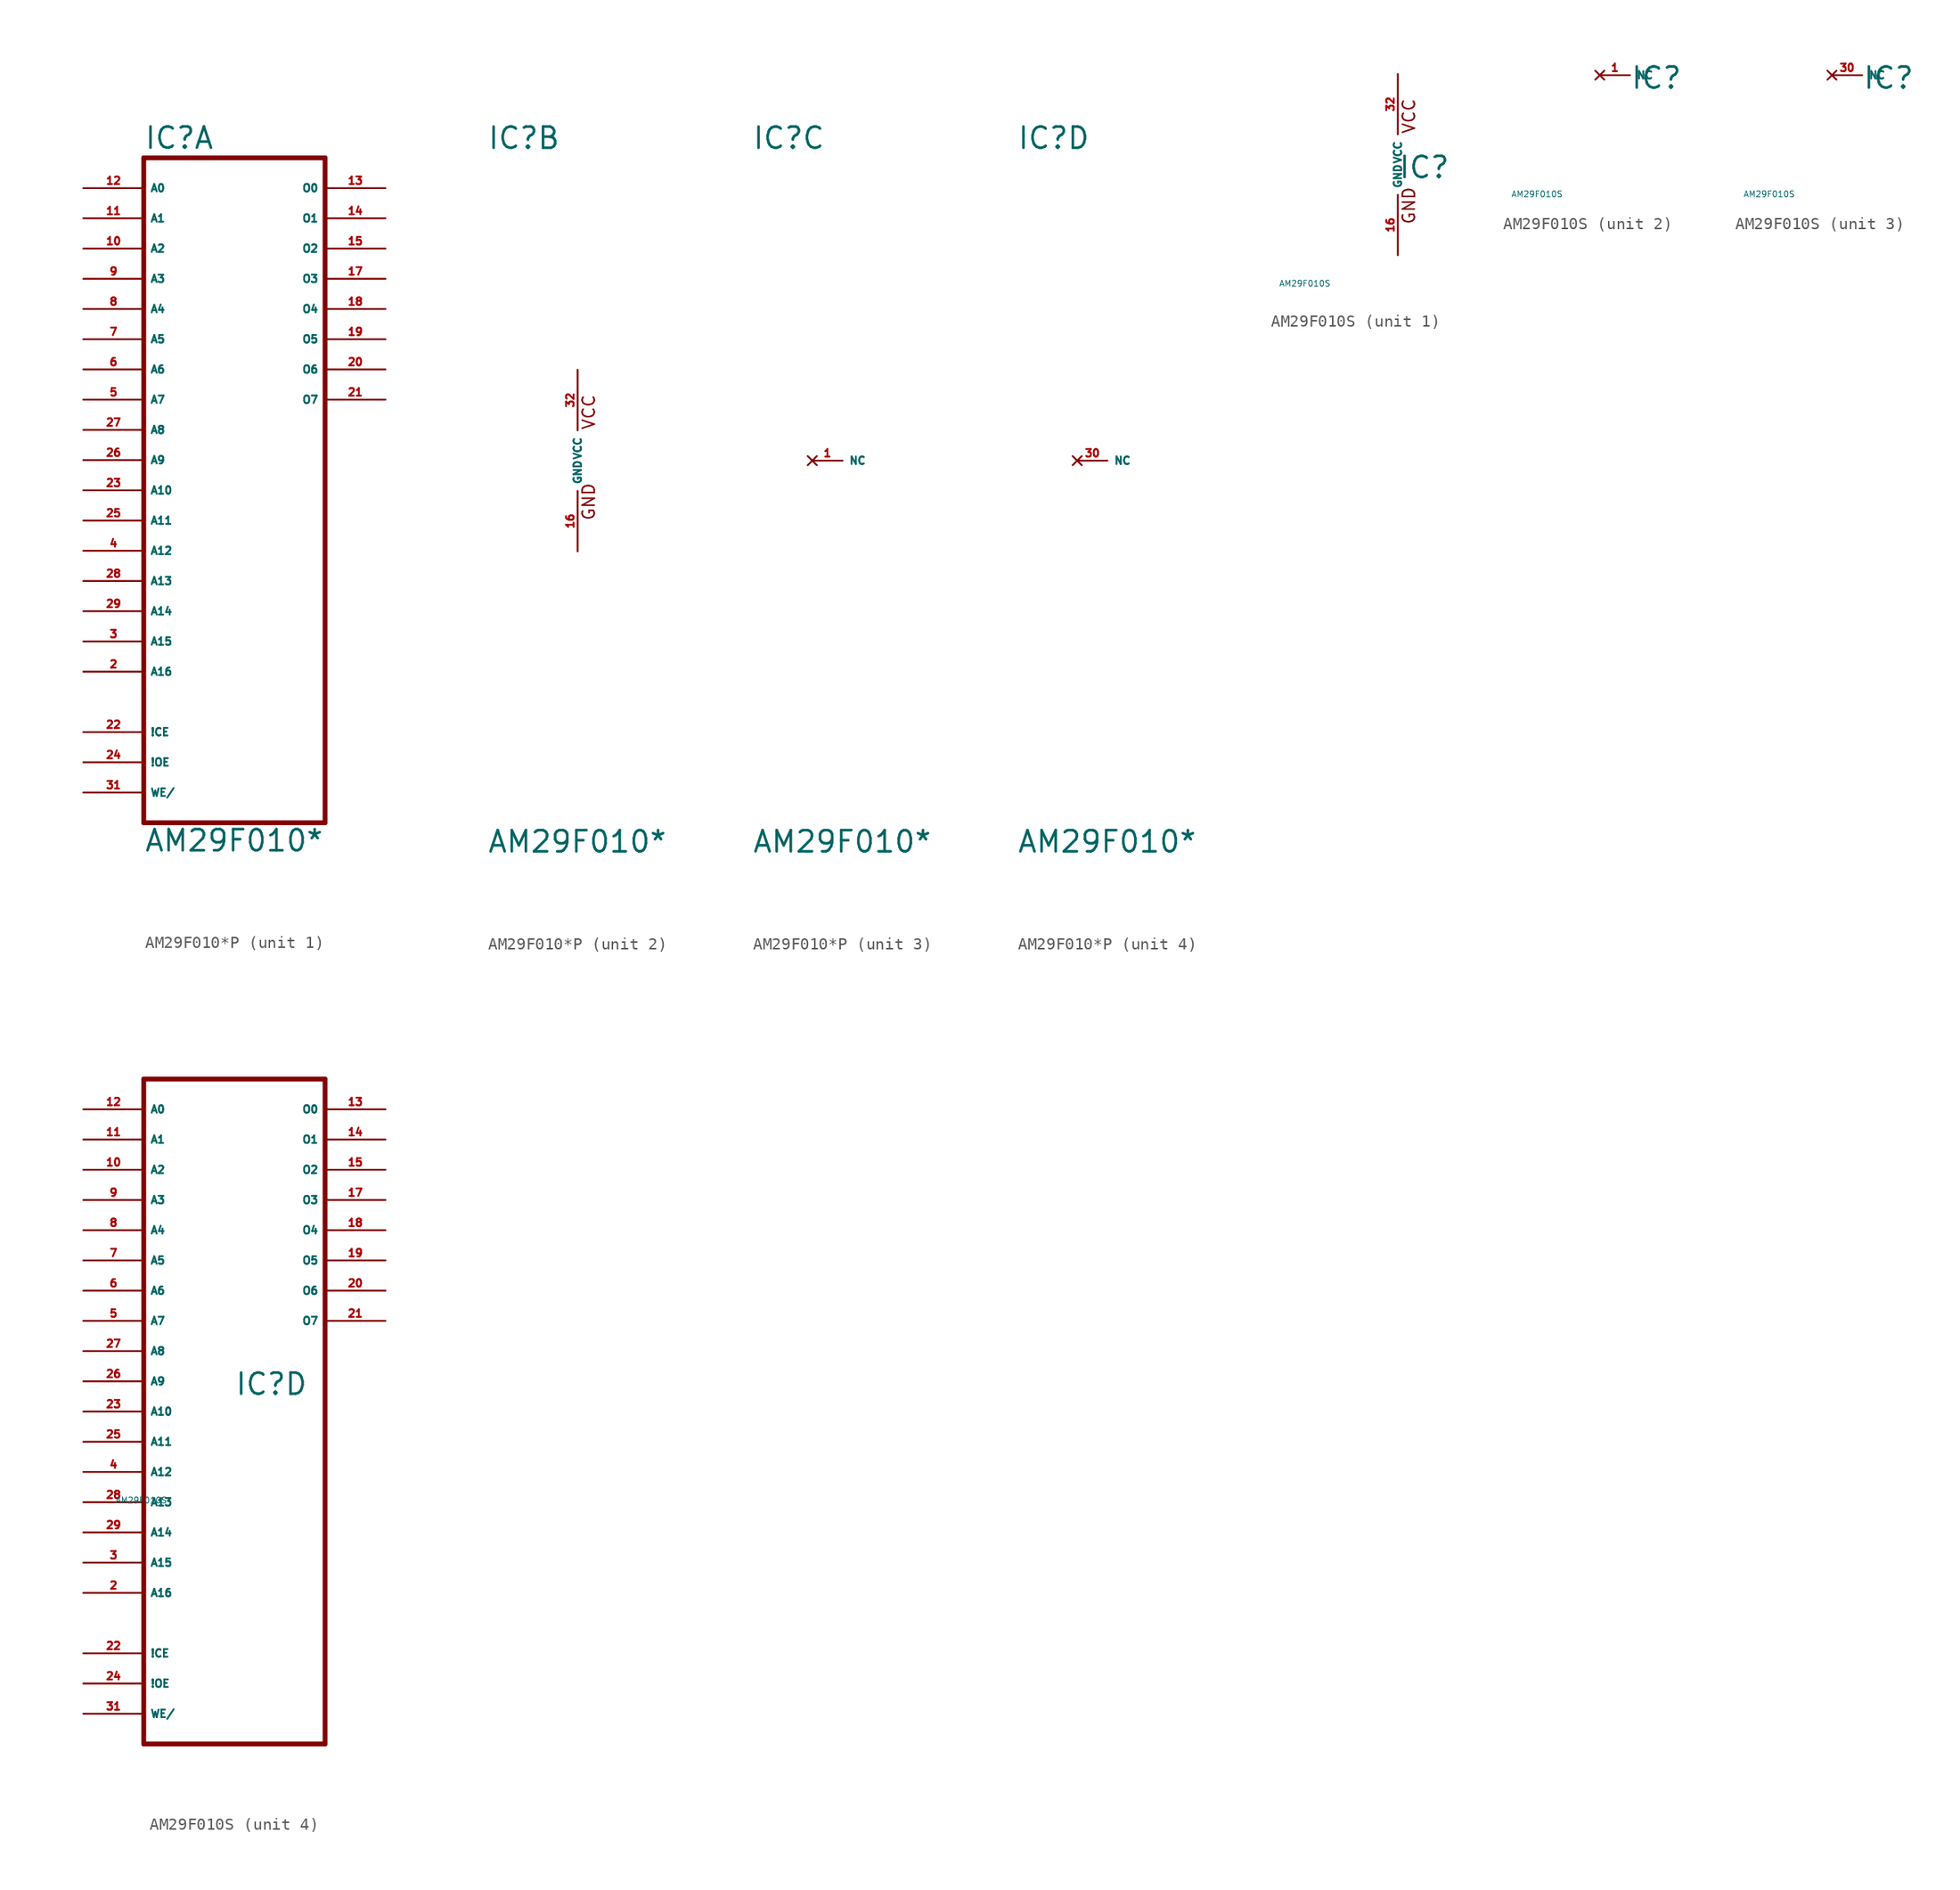
<source format=kicad_sym>
(kicad_symbol_lib
  (version 20220914)
  (generator Eagle2Kicad)
  (symbol "AM29F010*P"
    (property "Reference" "IC"
      (at -7.62 26.035 0)
      (effects (font (size 1.778 1.778) (thickness 0.22)) (justify left bottom)))
    (property "Value" "AM29F010*"
      (at -7.62 -33.02 0)
      (effects (font (size 1.778 1.778) (thickness 0.22)) (justify left bottom)))
    (symbol "AM29F010*P_1_0"
      (polyline (pts (xy -7.62 -30.48) (xy 7.62 -30.48)) (stroke (width 0.406) (type default)) (fill (type none)))
      (polyline (pts (xy 7.62 -30.48) (xy 7.62 25.4)) (stroke (width 0.406) (type default)) (fill (type none)))
      (polyline (pts (xy 7.62 25.4) (xy -7.62 25.4)) (stroke (width 0.406) (type default)) (fill (type none)))
      (polyline (pts (xy -7.62 25.4) (xy -7.62 -30.48)) (stroke (width 0.406) (type default)) (fill (type none)))
      (pin input line (at -12.7 -27.94 0) (length 5.08) (name "WE/" (effects (font (size 0.635 0.635) (thickness 0.08)) (justify left bottom))) (number "31" (effects (font (size 0.635 0.635) (thickness 0.08)) (justify left bottom))))
      (pin input line (at -12.7 -7.62 0) (length 5.08) (name "A12" (effects (font (size 0.635 0.635) (thickness 0.08)) (justify left bottom))) (number "4" (effects (font (size 0.635 0.635) (thickness 0.08)) (justify left bottom))))
      (pin input line (at -12.7 5.08 0) (length 5.08) (name "A7" (effects (font (size 0.635 0.635) (thickness 0.08)) (justify left bottom))) (number "5" (effects (font (size 0.635 0.635) (thickness 0.08)) (justify left bottom))))
      (pin input line (at -12.7 7.62 0) (length 5.08) (name "A6" (effects (font (size 0.635 0.635) (thickness 0.08)) (justify left bottom))) (number "6" (effects (font (size 0.635 0.635) (thickness 0.08)) (justify left bottom))))
      (pin input line (at -12.7 10.16 0) (length 5.08) (name "A5" (effects (font (size 0.635 0.635) (thickness 0.08)) (justify left bottom))) (number "7" (effects (font (size 0.635 0.635) (thickness 0.08)) (justify left bottom))))
      (pin input line (at -12.7 12.7 0) (length 5.08) (name "A4" (effects (font (size 0.635 0.635) (thickness 0.08)) (justify left bottom))) (number "8" (effects (font (size 0.635 0.635) (thickness 0.08)) (justify left bottom))))
      (pin input line (at -12.7 15.24 0) (length 5.08) (name "A3" (effects (font (size 0.635 0.635) (thickness 0.08)) (justify left bottom))) (number "9" (effects (font (size 0.635 0.635) (thickness 0.08)) (justify left bottom))))
      (pin input line (at -12.7 17.78 0) (length 5.08) (name "A2" (effects (font (size 0.635 0.635) (thickness 0.08)) (justify left bottom))) (number "10" (effects (font (size 0.635 0.635) (thickness 0.08)) (justify left bottom))))
      (pin input line (at -12.7 20.32 0) (length 5.08) (name "A1" (effects (font (size 0.635 0.635) (thickness 0.08)) (justify left bottom))) (number "11" (effects (font (size 0.635 0.635) (thickness 0.08)) (justify left bottom))))
      (pin input line (at -12.7 22.86 0) (length 5.08) (name "A0" (effects (font (size 0.635 0.635) (thickness 0.08)) (justify left bottom))) (number "12" (effects (font (size 0.635 0.635) (thickness 0.08)) (justify left bottom))))
      (pin tri_state line (at 12.7 22.86 180) (length 5.08) (name "O0" (effects (font (size 0.635 0.635) (thickness 0.08)) (justify left bottom))) (number "13" (effects (font (size 0.635 0.635) (thickness 0.08)) (justify left bottom))))
      (pin tri_state line (at 12.7 20.32 180) (length 5.08) (name "O1" (effects (font (size 0.635 0.635) (thickness 0.08)) (justify left bottom))) (number "14" (effects (font (size 0.635 0.635) (thickness 0.08)) (justify left bottom))))
      (pin tri_state line (at 12.7 17.78 180) (length 5.08) (name "O2" (effects (font (size 0.635 0.635) (thickness 0.08)) (justify left bottom))) (number "15" (effects (font (size 0.635 0.635) (thickness 0.08)) (justify left bottom))))
      (pin tri_state line (at 12.7 15.24 180) (length 5.08) (name "O3" (effects (font (size 0.635 0.635) (thickness 0.08)) (justify left bottom))) (number "17" (effects (font (size 0.635 0.635) (thickness 0.08)) (justify left bottom))))
      (pin tri_state line (at 12.7 12.7 180) (length 5.08) (name "O4" (effects (font (size 0.635 0.635) (thickness 0.08)) (justify left bottom))) (number "18" (effects (font (size 0.635 0.635) (thickness 0.08)) (justify left bottom))))
      (pin tri_state line (at 12.7 10.16 180) (length 5.08) (name "O5" (effects (font (size 0.635 0.635) (thickness 0.08)) (justify left bottom))) (number "19" (effects (font (size 0.635 0.635) (thickness 0.08)) (justify left bottom))))
      (pin tri_state line (at 12.7 7.62 180) (length 5.08) (name "O6" (effects (font (size 0.635 0.635) (thickness 0.08)) (justify left bottom))) (number "20" (effects (font (size 0.635 0.635) (thickness 0.08)) (justify left bottom))))
      (pin tri_state line (at 12.7 5.08 180) (length 5.08) (name "O7" (effects (font (size 0.635 0.635) (thickness 0.08)) (justify left bottom))) (number "21" (effects (font (size 0.635 0.635) (thickness 0.08)) (justify left bottom))))
      (pin input line (at -12.7 -22.86 0) (length 5.08) (name "!CE" (effects (font (size 0.635 0.635) (thickness 0.08)) (justify left bottom))) (number "22" (effects (font (size 0.635 0.635) (thickness 0.08)) (justify left bottom))))
      (pin input line (at -12.7 -2.54 0) (length 5.08) (name "A10" (effects (font (size 0.635 0.635) (thickness 0.08)) (justify left bottom))) (number "23" (effects (font (size 0.635 0.635) (thickness 0.08)) (justify left bottom))))
      (pin input line (at -12.7 -25.4 0) (length 5.08) (name "!OE" (effects (font (size 0.635 0.635) (thickness 0.08)) (justify left bottom))) (number "24" (effects (font (size 0.635 0.635) (thickness 0.08)) (justify left bottom))))
      (pin input line (at -12.7 -5.08 0) (length 5.08) (name "A11" (effects (font (size 0.635 0.635) (thickness 0.08)) (justify left bottom))) (number "25" (effects (font (size 0.635 0.635) (thickness 0.08)) (justify left bottom))))
      (pin input line (at -12.7 0 0) (length 5.08) (name "A9" (effects (font (size 0.635 0.635) (thickness 0.08)) (justify left bottom))) (number "26" (effects (font (size 0.635 0.635) (thickness 0.08)) (justify left bottom))))
      (pin input line (at -12.7 2.54 0) (length 5.08) (name "A8" (effects (font (size 0.635 0.635) (thickness 0.08)) (justify left bottom))) (number "27" (effects (font (size 0.635 0.635) (thickness 0.08)) (justify left bottom))))
      (pin input line (at -12.7 -10.16 0) (length 5.08) (name "A13" (effects (font (size 0.635 0.635) (thickness 0.08)) (justify left bottom))) (number "28" (effects (font (size 0.635 0.635) (thickness 0.08)) (justify left bottom))))
      (pin input line (at -12.7 -12.7 0) (length 5.08) (name "A14" (effects (font (size 0.635 0.635) (thickness 0.08)) (justify left bottom))) (number "29" (effects (font (size 0.635 0.635) (thickness 0.08)) (justify left bottom))))
      (pin input line (at -12.7 -15.24 0) (length 5.08) (name "A15" (effects (font (size 0.635 0.635) (thickness 0.08)) (justify left bottom))) (number "3" (effects (font (size 0.635 0.635) (thickness 0.08)) (justify left bottom))))
      (pin input line (at -12.7 -17.78 0) (length 5.08) (name "A16" (effects (font (size 0.635 0.635) (thickness 0.08)) (justify left bottom))) (number "2" (effects (font (size 0.635 0.635) (thickness 0.08)) (justify left bottom)))))
    (symbol "AM29F010*P_2_0"
      (text "GND" (at 1.524 -5.08 900) (effects (font (size 1.016 1.016) (thickness 0.13)) (justify left bottom)))
      (text "VCC" (at 1.524 2.54 900) (effects (font (size 1.016 1.016) (thickness 0.13)) (justify left bottom)))
      (pin unspecified line (at 0 7.62 270) (length 5.08) (name "VCC" (effects (font (size 0.635 0.635) (thickness 0.08)) (justify left bottom))) (number "32" (effects (font (size 0.635 0.635) (thickness 0.08)) (justify left bottom))))
      (pin unspecified line (at 0 -7.62 90) (length 5.08) (name "GND" (effects (font (size 0.635 0.635) (thickness 0.08)) (justify left bottom))) (number "16" (effects (font (size 0.635 0.635) (thickness 0.08)) (justify left bottom)))))
    (symbol "AM29F010*P_3_0"
      (pin no_connect line (at -2.54 0 0) (length 2.54) (name "NC" (effects (font (size 0.635 0.635) (thickness 0.08)) (justify left bottom) hide)) (number "1" (effects (font (size 0.635 0.635) (thickness 0.08)) (justify left bottom) hide))))
    (symbol "AM29F010*P_4_0"
      (pin no_connect line (at -2.54 0 0) (length 2.54) (name "NC" (effects (font (size 0.635 0.635) (thickness 0.08)) (justify left bottom) hide)) (number "30" (effects (font (size 0.635 0.635) (thickness 0.08)) (justify left bottom) hide)))))
  (symbol "AM29F010S"
    (property "Reference" "IC"
      (at 0 -1.27 0)
      (effects (font (size 1.778 1.778) (thickness 0.22)) (justify left bottom)))
    (property "Value" "AM29F010S"
      (at -10 -10 0)
      (effects (font (size 0.5 0.5) (thickness 0.06)) (justify left)))
    (symbol "AM29F010S_1_0"
      (text "GND" (at 1.524 -5.08 900) (effects (font (size 1.016 1.016) (thickness 0.13)) (justify left bottom)))
      (text "VCC" (at 1.524 2.54 900) (effects (font (size 1.016 1.016) (thickness 0.13)) (justify left bottom)))
      (pin unspecified line (at 0 7.62 270) (length 5.08) (name "VCC" (effects (font (size 0.635 0.635) (thickness 0.08)) (justify left bottom))) (number "32" (effects (font (size 0.635 0.635) (thickness 0.08)) (justify left bottom))))
      (pin unspecified line (at 0 -7.62 90) (length 5.08) (name "GND" (effects (font (size 0.635 0.635) (thickness 0.08)) (justify left bottom))) (number "16" (effects (font (size 0.635 0.635) (thickness 0.08)) (justify left bottom)))))
    (symbol "AM29F010S_2_0"
      (pin no_connect line (at -2.54 0 0) (length 2.54) (name "NC" (effects (font (size 0.635 0.635) (thickness 0.08)) (justify left bottom) hide)) (number "1" (effects (font (size 0.635 0.635) (thickness 0.08)) (justify left bottom) hide))))
    (symbol "AM29F010S_3_0"
      (pin no_connect line (at -2.54 0 0) (length 2.54) (name "NC" (effects (font (size 0.635 0.635) (thickness 0.08)) (justify left bottom) hide)) (number "30" (effects (font (size 0.635 0.635) (thickness 0.08)) (justify left bottom) hide))))
    (symbol "AM29F010S_4_0"
      (polyline (pts (xy -7.62 -30.48) (xy 7.62 -30.48)) (stroke (width 0.406) (type default)) (fill (type none)))
      (polyline (pts (xy 7.62 -30.48) (xy 7.62 25.4)) (stroke (width 0.406) (type default)) (fill (type none)))
      (polyline (pts (xy 7.62 25.4) (xy -7.62 25.4)) (stroke (width 0.406) (type default)) (fill (type none)))
      (polyline (pts (xy -7.62 25.4) (xy -7.62 -30.48)) (stroke (width 0.406) (type default)) (fill (type none)))
      (pin input line (at -12.7 -27.94 0) (length 5.08) (name "WE/" (effects (font (size 0.635 0.635) (thickness 0.08)) (justify left bottom))) (number "31" (effects (font (size 0.635 0.635) (thickness 0.08)) (justify left bottom))))
      (pin input line (at -12.7 -7.62 0) (length 5.08) (name "A12" (effects (font (size 0.635 0.635) (thickness 0.08)) (justify left bottom))) (number "4" (effects (font (size 0.635 0.635) (thickness 0.08)) (justify left bottom))))
      (pin input line (at -12.7 5.08 0) (length 5.08) (name "A7" (effects (font (size 0.635 0.635) (thickness 0.08)) (justify left bottom))) (number "5" (effects (font (size 0.635 0.635) (thickness 0.08)) (justify left bottom))))
      (pin input line (at -12.7 7.62 0) (length 5.08) (name "A6" (effects (font (size 0.635 0.635) (thickness 0.08)) (justify left bottom))) (number "6" (effects (font (size 0.635 0.635) (thickness 0.08)) (justify left bottom))))
      (pin input line (at -12.7 10.16 0) (length 5.08) (name "A5" (effects (font (size 0.635 0.635) (thickness 0.08)) (justify left bottom))) (number "7" (effects (font (size 0.635 0.635) (thickness 0.08)) (justify left bottom))))
      (pin input line (at -12.7 12.7 0) (length 5.08) (name "A4" (effects (font (size 0.635 0.635) (thickness 0.08)) (justify left bottom))) (number "8" (effects (font (size 0.635 0.635) (thickness 0.08)) (justify left bottom))))
      (pin input line (at -12.7 15.24 0) (length 5.08) (name "A3" (effects (font (size 0.635 0.635) (thickness 0.08)) (justify left bottom))) (number "9" (effects (font (size 0.635 0.635) (thickness 0.08)) (justify left bottom))))
      (pin input line (at -12.7 17.78 0) (length 5.08) (name "A2" (effects (font (size 0.635 0.635) (thickness 0.08)) (justify left bottom))) (number "10" (effects (font (size 0.635 0.635) (thickness 0.08)) (justify left bottom))))
      (pin input line (at -12.7 20.32 0) (length 5.08) (name "A1" (effects (font (size 0.635 0.635) (thickness 0.08)) (justify left bottom))) (number "11" (effects (font (size 0.635 0.635) (thickness 0.08)) (justify left bottom))))
      (pin input line (at -12.7 22.86 0) (length 5.08) (name "A0" (effects (font (size 0.635 0.635) (thickness 0.08)) (justify left bottom))) (number "12" (effects (font (size 0.635 0.635) (thickness 0.08)) (justify left bottom))))
      (pin tri_state line (at 12.7 22.86 180) (length 5.08) (name "O0" (effects (font (size 0.635 0.635) (thickness 0.08)) (justify left bottom))) (number "13" (effects (font (size 0.635 0.635) (thickness 0.08)) (justify left bottom))))
      (pin tri_state line (at 12.7 20.32 180) (length 5.08) (name "O1" (effects (font (size 0.635 0.635) (thickness 0.08)) (justify left bottom))) (number "14" (effects (font (size 0.635 0.635) (thickness 0.08)) (justify left bottom))))
      (pin tri_state line (at 12.7 17.78 180) (length 5.08) (name "O2" (effects (font (size 0.635 0.635) (thickness 0.08)) (justify left bottom))) (number "15" (effects (font (size 0.635 0.635) (thickness 0.08)) (justify left bottom))))
      (pin tri_state line (at 12.7 15.24 180) (length 5.08) (name "O3" (effects (font (size 0.635 0.635) (thickness 0.08)) (justify left bottom))) (number "17" (effects (font (size 0.635 0.635) (thickness 0.08)) (justify left bottom))))
      (pin tri_state line (at 12.7 12.7 180) (length 5.08) (name "O4" (effects (font (size 0.635 0.635) (thickness 0.08)) (justify left bottom))) (number "18" (effects (font (size 0.635 0.635) (thickness 0.08)) (justify left bottom))))
      (pin tri_state line (at 12.7 10.16 180) (length 5.08) (name "O5" (effects (font (size 0.635 0.635) (thickness 0.08)) (justify left bottom))) (number "19" (effects (font (size 0.635 0.635) (thickness 0.08)) (justify left bottom))))
      (pin tri_state line (at 12.7 7.62 180) (length 5.08) (name "O6" (effects (font (size 0.635 0.635) (thickness 0.08)) (justify left bottom))) (number "20" (effects (font (size 0.635 0.635) (thickness 0.08)) (justify left bottom))))
      (pin tri_state line (at 12.7 5.08 180) (length 5.08) (name "O7" (effects (font (size 0.635 0.635) (thickness 0.08)) (justify left bottom))) (number "21" (effects (font (size 0.635 0.635) (thickness 0.08)) (justify left bottom))))
      (pin input line (at -12.7 -22.86 0) (length 5.08) (name "!CE" (effects (font (size 0.635 0.635) (thickness 0.08)) (justify left bottom))) (number "22" (effects (font (size 0.635 0.635) (thickness 0.08)) (justify left bottom))))
      (pin input line (at -12.7 -2.54 0) (length 5.08) (name "A10" (effects (font (size 0.635 0.635) (thickness 0.08)) (justify left bottom))) (number "23" (effects (font (size 0.635 0.635) (thickness 0.08)) (justify left bottom))))
      (pin input line (at -12.7 -25.4 0) (length 5.08) (name "!OE" (effects (font (size 0.635 0.635) (thickness 0.08)) (justify left bottom))) (number "24" (effects (font (size 0.635 0.635) (thickness 0.08)) (justify left bottom))))
      (pin input line (at -12.7 -5.08 0) (length 5.08) (name "A11" (effects (font (size 0.635 0.635) (thickness 0.08)) (justify left bottom))) (number "25" (effects (font (size 0.635 0.635) (thickness 0.08)) (justify left bottom))))
      (pin input line (at -12.7 0 0) (length 5.08) (name "A9" (effects (font (size 0.635 0.635) (thickness 0.08)) (justify left bottom))) (number "26" (effects (font (size 0.635 0.635) (thickness 0.08)) (justify left bottom))))
      (pin input line (at -12.7 2.54 0) (length 5.08) (name "A8" (effects (font (size 0.635 0.635) (thickness 0.08)) (justify left bottom))) (number "27" (effects (font (size 0.635 0.635) (thickness 0.08)) (justify left bottom))))
      (pin input line (at -12.7 -10.16 0) (length 5.08) (name "A13" (effects (font (size 0.635 0.635) (thickness 0.08)) (justify left bottom))) (number "28" (effects (font (size 0.635 0.635) (thickness 0.08)) (justify left bottom))))
      (pin input line (at -12.7 -12.7 0) (length 5.08) (name "A14" (effects (font (size 0.635 0.635) (thickness 0.08)) (justify left bottom))) (number "29" (effects (font (size 0.635 0.635) (thickness 0.08)) (justify left bottom))))
      (pin input line (at -12.7 -15.24 0) (length 5.08) (name "A15" (effects (font (size 0.635 0.635) (thickness 0.08)) (justify left bottom))) (number "3" (effects (font (size 0.635 0.635) (thickness 0.08)) (justify left bottom))))
      (pin input line (at -12.7 -17.78 0) (length 5.08) (name "A16" (effects (font (size 0.635 0.635) (thickness 0.08)) (justify left bottom))) (number "2" (effects (font (size 0.635 0.635) (thickness 0.08)) (justify left bottom)))))))
</source>
